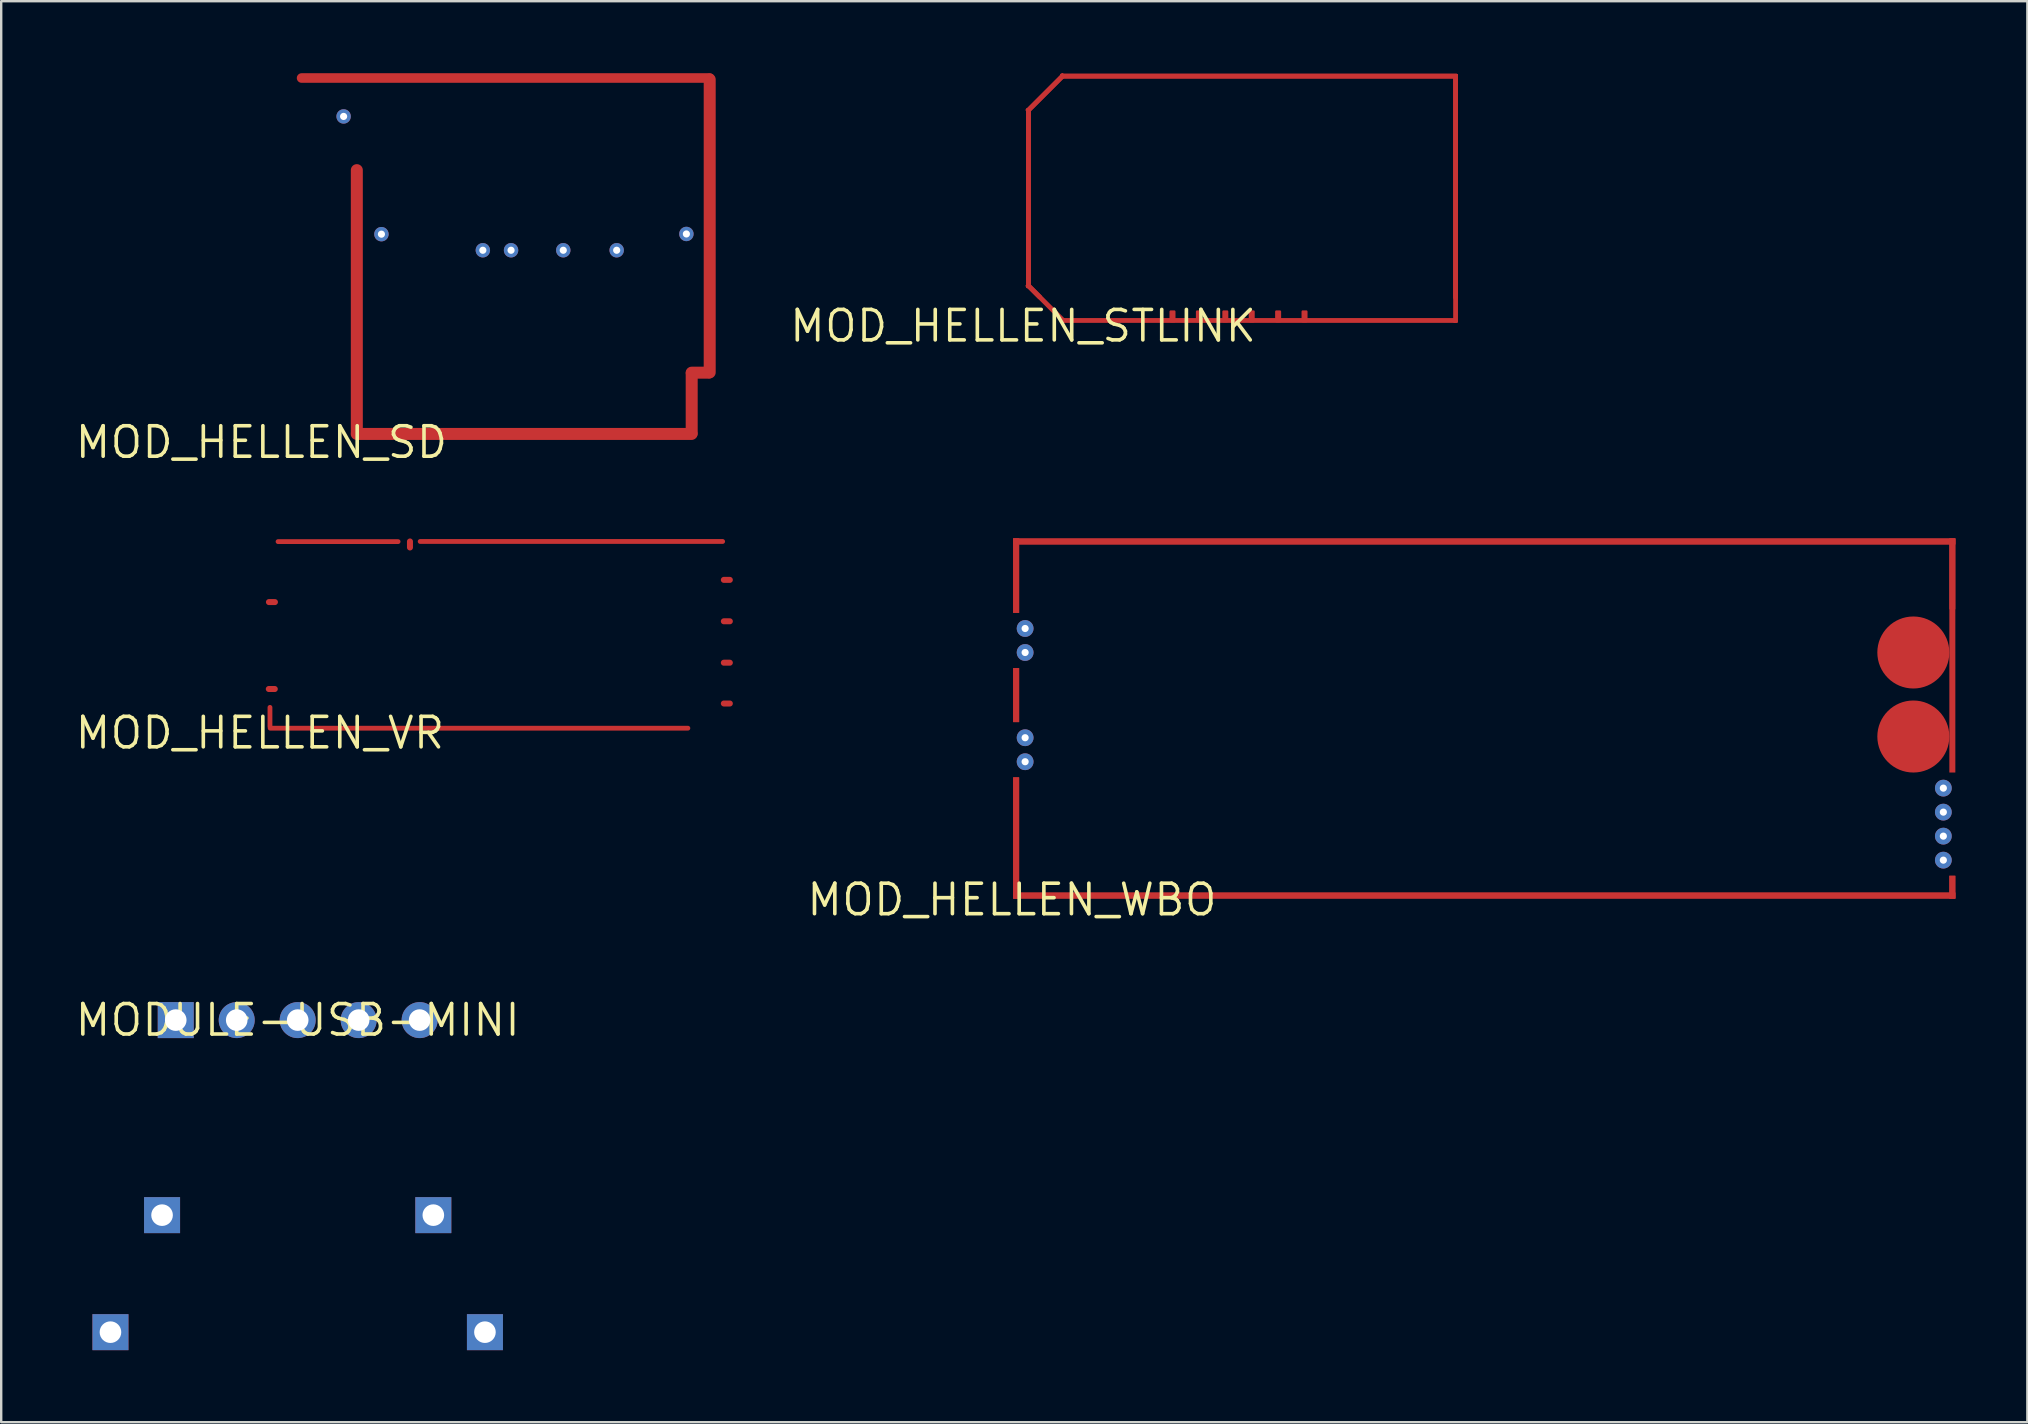
<source format=kicad_pcb>
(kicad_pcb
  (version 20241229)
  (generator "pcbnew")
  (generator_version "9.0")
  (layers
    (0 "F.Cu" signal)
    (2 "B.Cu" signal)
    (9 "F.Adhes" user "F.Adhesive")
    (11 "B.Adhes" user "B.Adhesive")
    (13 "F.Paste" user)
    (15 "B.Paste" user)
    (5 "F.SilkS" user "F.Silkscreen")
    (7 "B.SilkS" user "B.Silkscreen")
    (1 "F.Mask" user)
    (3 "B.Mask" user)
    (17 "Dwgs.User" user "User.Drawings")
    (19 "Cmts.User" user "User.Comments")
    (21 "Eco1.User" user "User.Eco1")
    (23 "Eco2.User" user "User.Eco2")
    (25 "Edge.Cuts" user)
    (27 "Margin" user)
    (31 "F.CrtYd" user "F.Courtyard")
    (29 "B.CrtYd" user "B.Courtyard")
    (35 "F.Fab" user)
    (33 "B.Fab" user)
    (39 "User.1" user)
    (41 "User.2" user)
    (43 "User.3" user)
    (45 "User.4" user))
  (footprint "MODULE-USB-MINI"
    (layer "F.Cu")
    (at 9.351 39.444)
    (property "Reference" "MODULE-USB-MINI" (at 0 0 0) (layer "F.SilkS") (effects (font (size 1.27 1.27) (thickness 0.15))))
    (attr through_hole)
    (pad "1" thru_hole rect (at -5.08 0) (size 1.5 1.5) (drill 0.9) (layers "F.Cu" "F.Mask"))
    (pad "2" thru_hole oval (at -2.54 0) (size 1.5 1.5) (drill 0.9) (layers "F.Cu" "F.Mask"))
    (pad "3" thru_hole oval (at 0 0) (size 1.5 1.5) (drill 0.9) (layers "F.Cu" "F.Mask"))
    (pad "4" thru_hole oval (at 2.54 0) (size 1.5 1.5) (drill 0.9) (layers "F.Cu" "F.Mask"))
    (pad "5" thru_hole oval (at 5.08 0) (size 1.5 1.5) (drill 0.9) (layers "F.Cu" "F.Mask"))
    (pad "6" thru_hole rect (at 5.65 8.125 180) (size 1.5 1.5) (drill 0.9) (layers "F.Cu" "F.Mask"))
    (pad "7" thru_hole rect (at -5.65 8.125) (size 1.5 1.5) (drill 0.9) (layers "F.Cu" "F.Mask"))
    (pad "8" thru_hole rect (at 7.8 13 180) (size 1.5 1.5) (drill 0.9) (layers "F.Cu" "F.Mask"))
    (pad "9" thru_hole rect (at -7.8 13) (size 1.5 1.5) (drill 0.9) (layers "F.Cu" "F.Mask")))
  (footprint "MOD_HELLEN_STLINK"
    (layer "F.Cu")
    (at 39.568 10.529)
    (property "Reference" "MOD_HELLEN_STLINK" (at 0 0 0) (layer "F.SilkS") (effects (font (size 1.27 1.27) (thickness 0.15))))
    (attr through_hole)
    (pad "1" smd roundrect (at 9.854 -0.229 270) (size 0.2 16.46) (layers "F.Cu" "F.Mask") (roundrect_rratio 0.2))
    (pad "2" smd roundrect (at 18.017 -5.312) (size 0.2 10.37) (layers "F.Cu" "F.Mask") (roundrect_rratio 0.2))
    (pad "3" smd roundrect (at 0.948 -0.952 225) (size 0.2 2.24) (layers "F.Cu" "F.Mask") (roundrect_rratio 0.2))
    (pad "4" smd roundrect (at 0.225 -5.322 180) (size 0.2 7.49) (layers "F.Cu" "F.Mask") (roundrect_rratio 0.2))
    (pad "5" smd roundrect (at 0.935 -9.701 135) (size 0.2 2.19) (layers "F.Cu" "F.Mask") (roundrect_rratio 0.2))
    (pad "6" smd roundrect (at 9.821 -10.407 270) (size 0.2 16.55) (layers "F.Cu" "F.Mask") (roundrect_rratio 0.2))
    (pad "7" smd roundrect (at 18.017 -5.812) (size 0.2 9.37) (layers "F.Cu" "F.Mask") (roundrect_rratio 0.2))
    (pad "8" smd roundrect (at 0.448 -1.452 225) (size 0.2 0.8) (layers "F.Cu" "F.Mask") (roundrect_rratio 0.2))
    (pad "9" smd roundrect (at 0.225 -5.322 180) (size 0.2 7.49) (layers "F.Cu" "F.Mask") (roundrect_rratio 0.2))
    (pad "10" smd roundrect (at 0.935 -9.701 135) (size 0.2 2.19) (layers "F.Cu" "F.Mask") (roundrect_rratio 0.2))
    (pad "11" smd roundrect (at 9.821 -10.407 270) (size 0.2 16.55) (layers "F.Cu" "F.Mask") (roundrect_rratio 0.2))
    (pad "12" smd roundrect (at 11.725 -0.4 180) (size 0.25 0.5) (layers "F.Cu" "F.Mask") (roundrect_rratio 0.2))
    (pad "13" smd roundrect (at 10.625 -0.4 180) (size 0.25 0.5) (layers "F.Cu" "F.Mask") (roundrect_rratio 0.2))
    (pad "14" smd roundrect (at 9.525 -0.4 180) (size 0.25 0.5) (layers "F.Cu" "F.Mask") (roundrect_rratio 0.2))
    (pad "15" smd roundrect (at 8.425 -0.4 180) (size 0.25 0.5) (layers "F.Cu" "F.Mask") (roundrect_rratio 0.2))
    (pad "16" smd roundrect (at 7.325 -0.4 180) (size 0.25 0.5) (layers "F.Cu" "F.Mask") (roundrect_rratio 0.2))
    (pad "17" smd roundrect (at 6.225 -0.4 180) (size 0.25 0.5) (layers "F.Cu" "F.Mask") (roundrect_rratio 0.2)))
  (footprint "MOD_HELLEN_VR"
    (layer "F.Cu")
    (at 7.778 27.481)
    (property "Reference" "MOD_HELLEN_VR" (at 0 0 0) (layer "F.SilkS") (effects (font (size 1.27 1.27) (thickness 0.15))))
    (attr through_hole)
    (pad "1" smd oval (at 19.45 -6.375) (size 0.5 0.25) (layers "F.Cu" "F.Mask"))
    (pad "2" smd oval (at 19.45 -4.65) (size 0.5 0.25) (layers "F.Cu" "F.Mask"))
    (pad "3" smd oval (at 19.45 -2.925) (size 0.5 0.25) (layers "F.Cu" "F.Mask"))
    (pad "4" smd oval (at 19.45 -1.225) (size 0.5 0.25) (layers "F.Cu" "F.Mask"))
    (pad "5" smd oval (at 0.418 -0.664 90) (size 1 0.2) (layers "F.Cu" "F.Mask"))
    (pad "6" smd oval (at 9.127 -0.197 180) (size 17.6 0.2) (layers "F.Cu" "F.Mask"))
    (pad "7" smd oval (at 12.975 -7.975 180) (size 12.8 0.2) (layers "F.Cu" "F.Mask"))
    (pad "8" smd oval (at 3.255 -7.969 180) (size 5.2 0.2) (layers "F.Cu" "F.Mask"))
    (pad "9" smd oval (at 6.25 -7.85 270) (size 0.5 0.25) (layers "F.Cu" "F.Mask"))
    (pad "10" smd oval (at 0.494 -1.829 180) (size 0.5 0.25) (layers "F.Cu" "F.Mask"))
    (pad "11" smd oval (at 0.5 -5.45 180) (size 0.5 0.25) (layers "F.Cu" "F.Mask")))
  (footprint "MOD_HELLEN_SD"
    (layer "F.Cu")
    (at 7.839 15.375)
    (property "Reference" "MOD_HELLEN_SD" (at 0 0 0) (layer "F.SilkS") (effects (font (size 1.27 1.27) (thickness 0.15))))
    (attr through_hole)
    (pad "1" smd oval (at 18.275 -2.9 90) (size 0.5 1.2) (layers "F.Cu" "F.Mask"))
    (pad "2" smd oval (at 17.925 -1.625) (size 0.5 3) (layers "F.Cu" "F.Mask"))
    (pad "3" smd oval (at 3.975 -5.887) (size 0.5 11.4) (layers "F.Cu" "F.Mask"))
    (pad "4" smd oval (at 10.945 -0.35) (size 14.45 0.5) (layers "F.Cu" "F.Mask"))
    (pad "5" smd oval (at 18.675 -9.013) (size 0.5 12.7) (layers "F.Cu" "F.Mask"))
    (pad "6" smd oval (at 10.175 -15.175 270) (size 0.4 17.4) (layers "F.Cu" "F.Mask"))
    (pad "7" thru_hole oval (at 3.425 -13.575 90) (size 0.6 0.6) (drill 0.3) (layers "F.Cu" "F.Mask"))
    (pad "8" thru_hole oval (at 5 -8.67 180) (size 0.6 0.6) (drill 0.3) (layers "F.Cu" "F.Mask"))
    (pad "9" thru_hole oval (at 17.704 -8.679 180) (size 0.6 0.6) (drill 0.3) (layers "F.Cu" "F.Mask"))
    (pad "10" thru_hole oval (at 9.225 -8 180) (size 0.6 0.6) (drill 0.3) (layers "F.Cu" "F.Mask"))
    (pad "11" thru_hole oval (at 10.4 -8 180) (size 0.6 0.6) (drill 0.3) (layers "F.Cu" "F.Mask"))
    (pad "12" thru_hole oval (at 12.575 -8 180) (size 0.6 0.6) (drill 0.3) (layers "F.Cu" "F.Mask"))
    (pad "13" thru_hole oval (at 14.8 -8 180) (size 0.6 0.6) (drill 0.3) (layers "F.Cu" "F.Mask")))
  (footprint "MOD_HELLEN_WBO"
    (layer "F.Cu")
    (at 39.104 34.431)
    (property "Reference" "MOD_HELLEN_WBO" (at 0 0 0) (layer "F.SilkS") (effects (font (size 1.27 1.27) (thickness 0.15))))
    (attr through_hole)
    (pad "1" thru_hole oval (at 38.8 -1.65 90) (size 0.7 0.7) (drill 0.3) (layers "F.Cu" "F.Mask"))
    (pad "2" thru_hole oval (at 38.8 -2.65 90) (size 0.7 0.7) (drill 0.3) (layers "F.Cu" "F.Mask"))
    (pad "3" thru_hole oval (at 38.8 -3.65 90) (size 0.7 0.7) (drill 0.3) (layers "F.Cu" "F.Mask"))
    (pad "4" thru_hole oval (at 38.8 -4.65 90) (size 0.7 0.7) (drill 0.3) (layers "F.Cu" "F.Mask"))
    (pad "5" smd oval (at 37.55 -6.8) (size 3 3) (layers "F.Cu" "F.Mask"))
    (pad "6" smd oval (at 37.55 -10.3) (size 3 3) (layers "F.Cu" "F.Mask"))
    (pad "7" smd rect (at 39.175 -0.525) (size 0.25 0.95) (layers "F.Cu" "F.Mask"))
    (pad "8" smd rect (at 19.675 -0.175 90) (size 0.25 39.25) (layers "F.Cu" "F.Mask"))
    (pad "9" smd rect (at 0.175 -8.525) (size 0.25 2.25) (layers "F.Cu" "F.Mask"))
    (pad "10" smd rect (at 19.675 -14.925 90) (size 0.25 39.25) (layers "F.Cu" "F.Mask"))
    (pad "11" smd rect (at 0.175 -13.5) (size 0.25 3.1) (layers "F.Cu" "F.Mask"))
    (pad "12" smd rect (at 0.175 -2.575) (size 0.25 5.05) (layers "F.Cu" "F.Mask"))
    (pad "13" smd rect (at 39.175 -13.575) (size 0.25 2.95) (layers "F.Cu" "F.Mask"))
    (pad "14" smd rect (at 19.675 -14.925 90) (size 0.25 39.25) (layers "F.Cu" "F.Mask"))
    (pad "15" smd rect (at 0.175 -13.5) (size 0.25 3.1) (layers "F.Cu" "F.Mask"))
    (pad "16" smd rect (at 39.175 -0.525) (size 0.25 0.95) (layers "F.Cu" "F.Mask"))
    (pad "17" smd rect (at 19.675 -0.175 90) (size 0.25 39.25) (layers "F.Cu" "F.Mask"))
    (pad "18" smd rect (at 0.175 -8.525) (size 0.25 2.25) (layers "F.Cu" "F.Mask"))
    (pad "19" smd rect (at 0.175 -2.575) (size 0.25 5.05) (layers "F.Cu" "F.Mask"))
    (pad "20" smd rect (at 39.175 -10.175) (size 0.25 9.75) (layers "F.Cu" "F.Mask"))
    (pad "21" thru_hole oval (at 0.55 -11.3 90) (size 0.7 0.7) (drill 0.3) (layers "F.Cu" "F.Mask"))
    (pad "22" thru_hole oval (at 0.55 -10.3 90) (size 0.7 0.7) (drill 0.3) (layers "F.Cu" "F.Mask"))
    (pad "23" thru_hole oval (at 0.55 -6.75 90) (size 0.7 0.7) (drill 0.3) (layers "F.Cu" "F.Mask"))
    (pad "24" thru_hole oval (at 0.55 -5.75 90) (size 0.7 0.7) (drill 0.3) (layers "F.Cu" "F.Mask")))
  (gr_rect
    (start -3 -3)
    (end 81.404 56.194)
    (stroke (width 0.1) (type default))
    (fill no)
    (layer "Edge.Cuts")))
</source>
